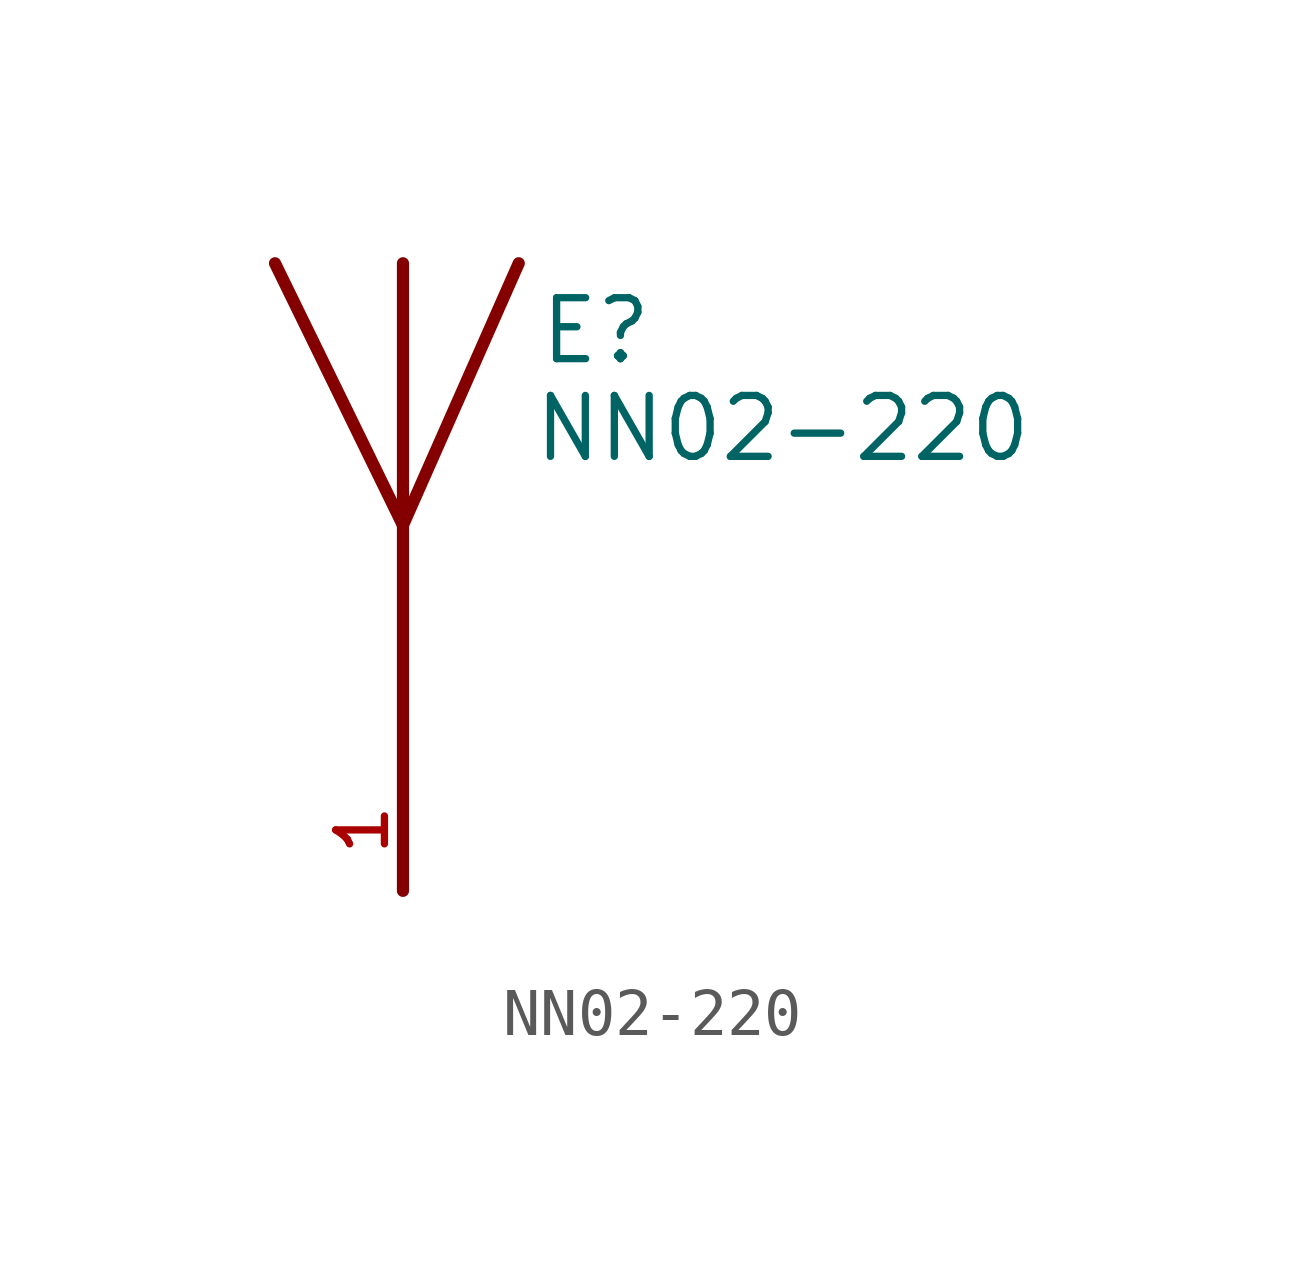
<source format=kicad_sym>
(kicad_symbol_lib
  (version 20211014)
  (generator kicad_symbol_editor)
  (symbol "NN02-220"
    (pin_names
      (offset 1.016))
    (property "Reference" "E"
      (at 2.8 5.85 0)
      (effects (font (size 1.27 1.27)) (justify bottom left)))
    (property "Value" "NN02-220"
      (at 2.673 3.813 0)
      (effects (font (size 1.27 1.27)) (justify bottom left)))
    (symbol "NN02-220_0_0"
      (polyline (pts (xy 2.413 8.001) (xy 0.0 2.54)) (stroke (width 0.254)))
      (polyline (pts (xy 0.0 2.54) (xy -2.667 8.001)) (stroke (width 0.254)))
      (polyline (pts (xy 0.0 8.001) (xy 0.0 2.54)) (stroke (width 0.254)))
      (polyline (pts (xy 0.0 2.54) (xy 0.0 -5.08)) (stroke (width 0.254)))
      (pin input line (at 0.0 -5.08 90.0) (length 2.54) (name "~" (effects (font (size 1.016 1.016)))) (number "1" (effects (font (size 1.016 1.016))))))))
</source>
